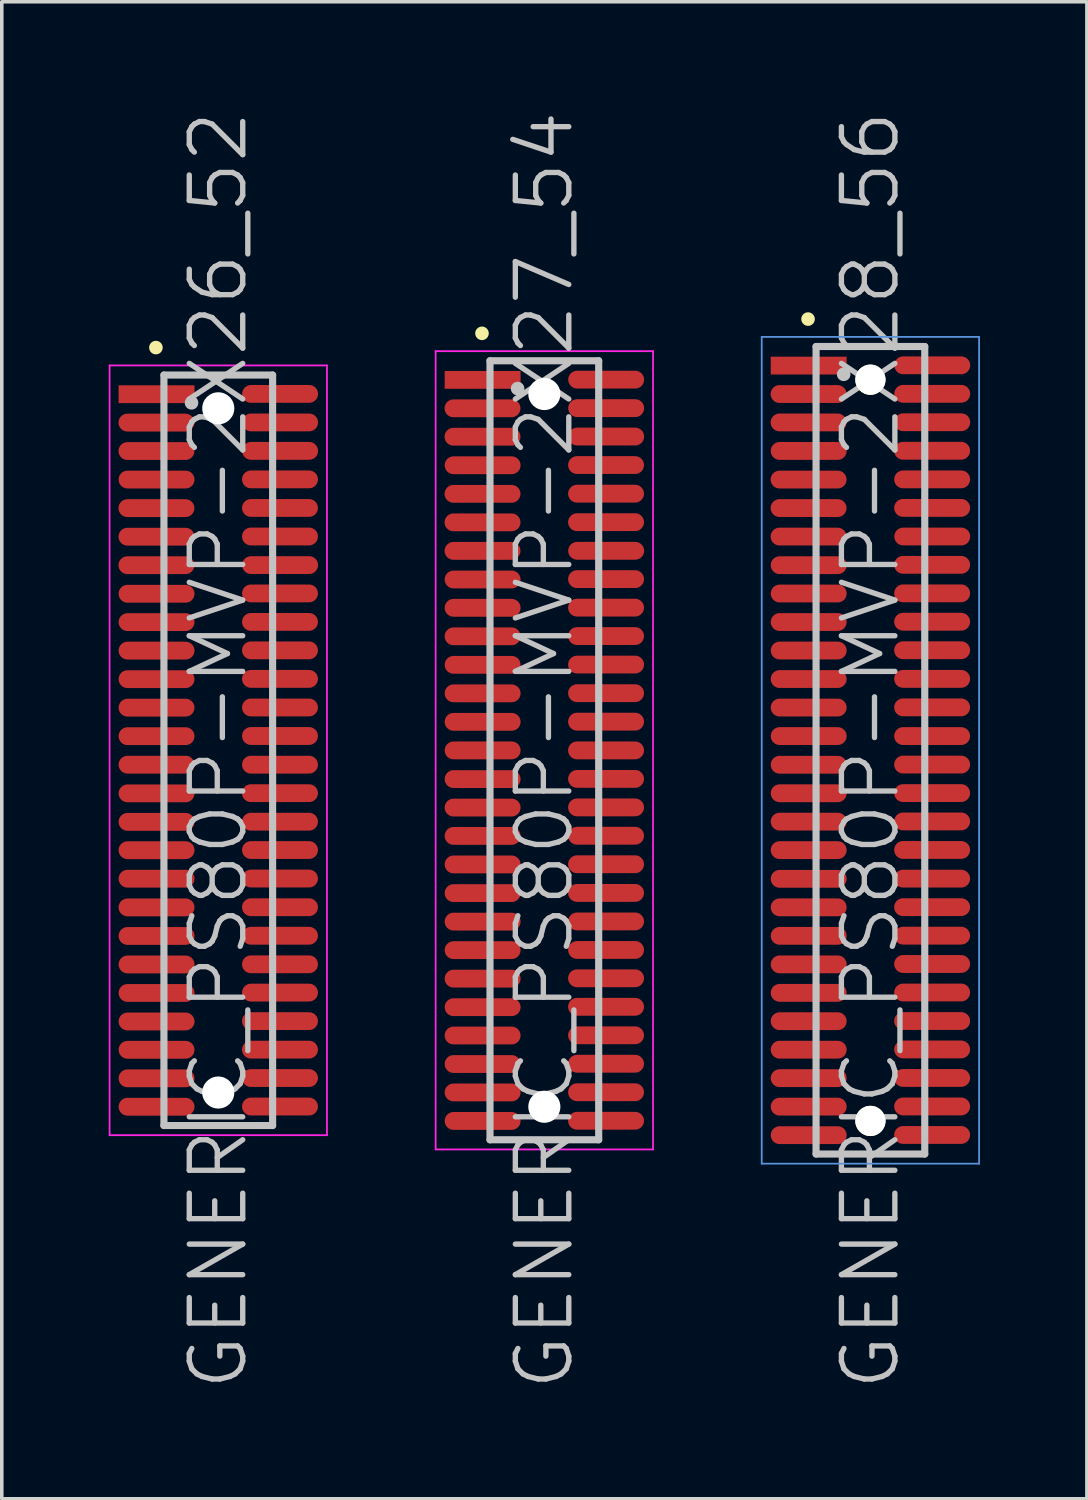
<source format=kicad_pcb>
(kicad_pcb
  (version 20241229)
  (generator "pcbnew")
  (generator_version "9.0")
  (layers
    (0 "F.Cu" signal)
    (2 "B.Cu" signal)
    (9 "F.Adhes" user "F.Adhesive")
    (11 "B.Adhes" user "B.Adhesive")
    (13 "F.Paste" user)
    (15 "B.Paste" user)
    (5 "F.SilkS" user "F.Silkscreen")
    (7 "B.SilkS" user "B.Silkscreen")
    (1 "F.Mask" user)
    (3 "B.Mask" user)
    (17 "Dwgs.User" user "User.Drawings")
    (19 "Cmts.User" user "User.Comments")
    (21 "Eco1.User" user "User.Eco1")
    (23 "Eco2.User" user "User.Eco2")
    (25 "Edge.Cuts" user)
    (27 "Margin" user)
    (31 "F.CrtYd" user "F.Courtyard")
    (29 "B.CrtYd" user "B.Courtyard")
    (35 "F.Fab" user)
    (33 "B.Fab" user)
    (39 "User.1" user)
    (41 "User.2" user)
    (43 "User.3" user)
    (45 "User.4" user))
  (footprint "GENERIC_PS80P-MVP-2X26_52"
    (layer "F.Cu")
    (at 3.075 18.004)
    (property "Reference" "GENERIC_PS80P-MVP-2X26_52" (at 0 0 90) (layer "Dwgs.User") (effects (font (size 1.5 1.5) (thickness 0.15))))
    (attr smd)
    (fp_line (start -1.75 -11.3) (end -1.75 -11.3) (stroke (width 0.381) (type solid)) (layer "F.SilkS"))
    (fp_line (start -1.525 -10.53) (end -1.525 10.53) (stroke (width 0.2) (type solid)) (layer "Dwgs.User"))
    (fp_line (start -1.525 -10.53) (end 1.525 -10.53) (stroke (width 0.2) (type solid)) (layer "Dwgs.User"))
    (fp_line (start -1.525 10.53) (end 1.525 10.53) (stroke (width 0.2) (type solid)) (layer "Dwgs.User"))
    (fp_line (start -0.75 -9.75) (end -0.75 -9.75) (stroke (width 0.381) (type solid)) (layer "Dwgs.User"))
    (fp_line (start 1.525 -10.53) (end 1.525 10.53) (stroke (width 0.2) (type solid)) (layer "Dwgs.User"))
    (fp_line (start -3.05 -10.8) (end -3.05 10.8) (stroke (width 0.05) (type solid)) (layer "F.CrtYd"))
    (fp_line (start -3.05 -10.8) (end 3.05 -10.8) (stroke (width 0.05) (type solid)) (layer "F.CrtYd"))
    (fp_line (start -3.05 10.8) (end 3.05 10.8) (stroke (width 0.05) (type solid)) (layer "F.CrtYd"))
    (fp_line (start 3.05 -10.8) (end 3.05 10.8) (stroke (width 0.05) (type solid)) (layer "F.CrtYd"))
    (pad "" np_thru_hole circle (at 0 -9.596 270) (size 0.9 0.9) (drill 0.9) (layers "*.Cu" "*.Mask"))
    (pad "" np_thru_hole circle (at 0 9.604 270) (size 0.9 0.9) (drill 0.9) (layers "*.Cu" "*.Mask"))
    (pad "1" smd rect (at -1.732 -9.992 270) (size 0.5 2.13) (layers "F.Cu" "F.Mask" "F.Paste"))
    (pad "2" smd oval (at 1.735 -10 270) (size 0.5 2.13) (layers "F.Cu" "F.Mask" "F.Paste"))
    (pad "3" smd oval (at -1.735 -9.195 270) (size 0.5 2.13) (layers "F.Cu" "F.Mask" "F.Paste"))
    (pad "4" smd oval (at 1.735 -9.2 270) (size 0.5 2.13) (layers "F.Cu" "F.Mask" "F.Paste"))
    (pad "5" smd oval (at -1.735 -8.397 270) (size 0.5 2.13) (layers "F.Cu" "F.Mask" "F.Paste"))
    (pad "6" smd oval (at 1.735 -8.402 270) (size 0.5 2.13) (layers "F.Cu" "F.Mask" "F.Paste"))
    (pad "7" smd oval (at -1.732 -7.597 270) (size 0.5 2.13) (layers "F.Cu" "F.Mask" "F.Paste"))
    (pad "8" smd oval (at 1.732 -7.602 270) (size 0.5 2.13) (layers "F.Cu" "F.Mask" "F.Paste"))
    (pad "9" smd oval (at -1.735 -6.795 270) (size 0.5 2.13) (layers "F.Cu" "F.Mask" "F.Paste"))
    (pad "10" smd oval (at 1.732 -6.8 270) (size 0.5 2.13) (layers "F.Cu" "F.Mask" "F.Paste"))
    (pad "11" smd oval (at -1.735 -5.994 270) (size 0.5 2.13) (layers "F.Cu" "F.Mask" "F.Paste"))
    (pad "12" smd oval (at 1.732 -5.999 270) (size 0.5 2.13) (layers "F.Cu" "F.Mask" "F.Paste"))
    (pad "13" smd oval (at -1.735 -5.194 270) (size 0.5 2.13) (layers "F.Cu" "F.Mask" "F.Paste"))
    (pad "14" smd oval (at 1.735 -5.197 270) (size 0.5 2.13) (layers "F.Cu" "F.Mask" "F.Paste"))
    (pad "15" smd oval (at -1.732 -4.392 270) (size 0.5 2.13) (layers "F.Cu" "F.Mask" "F.Paste"))
    (pad "16" smd oval (at 1.732 -4.402 270) (size 0.5 2.13) (layers "F.Cu" "F.Mask" "F.Paste"))
    (pad "17" smd oval (at -1.732 -3.597 270) (size 0.5 2.13) (layers "F.Cu" "F.Mask" "F.Paste"))
    (pad "18" smd oval (at 1.732 -3.602 270) (size 0.5 2.13) (layers "F.Cu" "F.Mask" "F.Paste"))
    (pad "19" smd oval (at -1.732 -2.797 270) (size 0.5 2.13) (layers "F.Cu" "F.Mask" "F.Paste"))
    (pad "20" smd oval (at 1.732 -2.804 270) (size 0.5 2.13) (layers "F.Cu" "F.Mask" "F.Paste"))
    (pad "21" smd oval (at -1.732 -1.996 270) (size 0.5 2.13) (layers "F.Cu" "F.Mask" "F.Paste"))
    (pad "22" smd oval (at 1.732 -2.004 270) (size 0.5 2.13) (layers "F.Cu" "F.Mask" "F.Paste"))
    (pad "23" smd oval (at -1.732 -1.196 270) (size 0.5 2.13) (layers "F.Cu" "F.Mask" "F.Paste"))
    (pad "24" smd oval (at 1.732 -1.201 270) (size 0.5 2.13) (layers "F.Cu" "F.Mask" "F.Paste"))
    (pad "25" smd oval (at -1.732 -0.396 270) (size 0.5 2.13) (layers "F.Cu" "F.Mask" "F.Paste"))
    (pad "26" smd oval (at 1.732 -0.401 270) (size 0.5 2.13) (layers "F.Cu" "F.Mask" "F.Paste"))
    (pad "27" smd oval (at -1.732 0.404 270) (size 0.5 2.13) (layers "F.Cu" "F.Mask" "F.Paste"))
    (pad "28" smd oval (at 1.732 0.404 270) (size 0.5 2.13) (layers "F.Cu" "F.Mask" "F.Paste"))
    (pad "29" smd oval (at -1.732 1.209 270) (size 0.5 2.13) (layers "F.Cu" "F.Mask" "F.Paste"))
    (pad "30" smd oval (at 1.732 1.204 270) (size 0.5 2.13) (layers "F.Cu" "F.Mask" "F.Paste"))
    (pad "31" smd oval (at -1.732 2.009 270) (size 0.5 2.13) (layers "F.Cu" "F.Mask" "F.Paste"))
    (pad "32" smd oval (at 1.732 2.004 270) (size 0.5 2.13) (layers "F.Cu" "F.Mask" "F.Paste"))
    (pad "33" smd oval (at -1.732 2.804 270) (size 0.5 2.13) (layers "F.Cu" "F.Mask" "F.Paste"))
    (pad "34" smd oval (at 1.732 2.799 270) (size 0.5 2.13) (layers "F.Cu" "F.Mask" "F.Paste"))
    (pad "35" smd oval (at -1.732 3.604 270) (size 0.5 2.13) (layers "F.Cu" "F.Mask" "F.Paste"))
    (pad "36" smd oval (at 1.732 3.599 270) (size 0.5 2.13) (layers "F.Cu" "F.Mask" "F.Paste"))
    (pad "37" smd oval (at -1.732 4.409 270) (size 0.5 2.13) (layers "F.Cu" "F.Mask" "F.Paste"))
    (pad "38" smd oval (at 1.732 4.404 270) (size 0.5 2.13) (layers "F.Cu" "F.Mask" "F.Paste"))
    (pad "39" smd oval (at -1.732 5.21 270) (size 0.5 2.13) (layers "F.Cu" "F.Mask" "F.Paste"))
    (pad "40" smd oval (at 1.732 5.204 270) (size 0.5 2.13) (layers "F.Cu" "F.Mask" "F.Paste"))
    (pad "41" smd oval (at -1.732 6.01 270) (size 0.5 2.13) (layers "F.Cu" "F.Mask" "F.Paste"))
    (pad "42" smd oval (at 1.732 6.005 270) (size 0.5 2.13) (layers "F.Cu" "F.Mask" "F.Paste"))
    (pad "43" smd oval (at -1.732 6.81 270) (size 0.5 2.13) (layers "F.Cu" "F.Mask" "F.Paste"))
    (pad "44" smd oval (at 1.732 6.8 270) (size 0.5 2.13) (layers "F.Cu" "F.Mask" "F.Paste"))
    (pad "45" smd oval (at -1.732 7.61 270) (size 0.5 2.13) (layers "F.Cu" "F.Mask" "F.Paste"))
    (pad "46" smd oval (at 1.732 7.6 270) (size 0.5 2.13) (layers "F.Cu" "F.Mask" "F.Paste"))
    (pad "47" smd oval (at -1.732 8.405 270) (size 0.5 2.13) (layers "F.Cu" "F.Mask" "F.Paste"))
    (pad "48" smd oval (at 1.732 8.4 270) (size 0.5 2.13) (layers "F.Cu" "F.Mask" "F.Paste"))
    (pad "49" smd oval (at -1.732 9.205 270) (size 0.5 2.13) (layers "F.Cu" "F.Mask" "F.Paste"))
    (pad "50" smd oval (at 1.732 9.197 270) (size 0.5 2.13) (layers "F.Cu" "F.Mask" "F.Paste"))
    (pad "51" smd oval (at -1.732 10.003 270) (size 0.5 2.13) (layers "F.Cu" "F.Mask" "F.Paste"))
    (pad "52" smd oval (at 1.732 9.997 270) (size 0.5 2.13) (layers "F.Cu" "F.Mask" "F.Paste")))
  (footprint "GENERIC_PS80P-MVP-2X28_56"
    (layer "F.Cu")
    (at 21.375 18.004)
    (property "Reference" "GENERIC_PS80P-MVP-2X28_56" (at 0 0 90) (layer "Dwgs.User") (effects (font (size 1.5 1.5) (thickness 0.15))))
    (attr smd)
    (fp_line (start -1.75 -12.1) (end -1.75 -12.1) (stroke (width 0.381) (type solid)) (layer "F.SilkS"))
    (fp_line (start -1.525 -11.33) (end -1.525 11.33) (stroke (width 0.2) (type solid)) (layer "Dwgs.User"))
    (fp_line (start -1.525 -11.33) (end 1.525 -11.33) (stroke (width 0.2) (type solid)) (layer "Dwgs.User"))
    (fp_line (start -1.525 11.33) (end 1.525 11.33) (stroke (width 0.2) (type solid)) (layer "Dwgs.User"))
    (fp_line (start -0.75 -10.55) (end -0.75 -10.55) (stroke (width 0.381) (type solid)) (layer "Dwgs.User"))
    (fp_line (start 1.525 -11.33) (end 1.525 11.33) (stroke (width 0.2) (type solid)) (layer "Dwgs.User"))
    (fp_line (start -3.05 -11.6) (end -3.05 11.6) (stroke (width 0.05) (type solid)) (layer "Cmts.User"))
    (fp_line (start -3.05 -11.6) (end 3.05 -11.6) (stroke (width 0.05) (type solid)) (layer "Cmts.User"))
    (fp_line (start -3.05 11.6) (end 3.05 11.6) (stroke (width 0.05) (type solid)) (layer "Cmts.User"))
    (fp_line (start 3.05 -11.6) (end 3.05 11.6) (stroke (width 0.05) (type solid)) (layer "Cmts.User"))
    (pad "" np_thru_hole circle (at 0 -10.399 270) (size 0.848 0.848) (drill 0.848) (layers "*.Cu" "*.Mask" "F.SilkS"))
    (pad "" np_thru_hole circle (at 0 10.401 270) (size 0.848 0.848) (drill 0.848) (layers "*.Cu" "*.Mask" "F.SilkS"))
    (pad "1" smd rect (at -1.732 -10.795 270) (size 0.5 2.13) (layers "F.Cu" "F.Mask" "F.Paste"))
    (pad "2" smd oval (at 1.735 -10.803 270) (size 0.5 2.13) (layers "F.Cu" "F.Mask" "F.Paste"))
    (pad "3" smd oval (at -1.735 -9.997 270) (size 0.5 2.13) (layers "F.Cu" "F.Mask" "F.Paste"))
    (pad "4" smd oval (at 1.735 -10.003 270) (size 0.5 2.13) (layers "F.Cu" "F.Mask" "F.Paste"))
    (pad "5" smd oval (at -1.735 -9.2 270) (size 0.5 2.13) (layers "F.Cu" "F.Mask" "F.Paste"))
    (pad "6" smd oval (at 1.735 -9.205 270) (size 0.5 2.13) (layers "F.Cu" "F.Mask" "F.Paste"))
    (pad "7" smd oval (at -1.732 -8.4 270) (size 0.5 2.13) (layers "F.Cu" "F.Mask" "F.Paste"))
    (pad "8" smd oval (at 1.732 -8.405 270) (size 0.5 2.13) (layers "F.Cu" "F.Mask" "F.Paste"))
    (pad "9" smd oval (at -1.735 -7.597 270) (size 0.5 2.13) (layers "F.Cu" "F.Mask" "F.Paste"))
    (pad "10" smd oval (at 1.732 -7.602 270) (size 0.5 2.13) (layers "F.Cu" "F.Mask" "F.Paste"))
    (pad "11" smd oval (at -1.735 -6.797 270) (size 0.5 2.13) (layers "F.Cu" "F.Mask" "F.Paste"))
    (pad "12" smd oval (at 1.732 -6.802 270) (size 0.5 2.13) (layers "F.Cu" "F.Mask" "F.Paste"))
    (pad "13" smd oval (at -1.735 -5.997 270) (size 0.5 2.13) (layers "F.Cu" "F.Mask" "F.Paste"))
    (pad "14" smd oval (at 1.735 -5.999 270) (size 0.5 2.13) (layers "F.Cu" "F.Mask" "F.Paste"))
    (pad "15" smd oval (at -1.732 -5.194 270) (size 0.5 2.13) (layers "F.Cu" "F.Mask" "F.Paste"))
    (pad "16" smd oval (at 1.732 -5.204 270) (size 0.5 2.13) (layers "F.Cu" "F.Mask" "F.Paste"))
    (pad "17" smd oval (at -1.732 -4.399 270) (size 0.5 2.13) (layers "F.Cu" "F.Mask" "F.Paste"))
    (pad "18" smd oval (at 1.732 -4.404 270) (size 0.5 2.13) (layers "F.Cu" "F.Mask" "F.Paste"))
    (pad "19" smd oval (at -1.732 -3.599 270) (size 0.5 2.13) (layers "F.Cu" "F.Mask" "F.Paste"))
    (pad "20" smd oval (at 1.732 -3.607 270) (size 0.5 2.13) (layers "F.Cu" "F.Mask" "F.Paste"))
    (pad "21" smd oval (at -1.732 -2.799 270) (size 0.5 2.13) (layers "F.Cu" "F.Mask" "F.Paste"))
    (pad "22" smd oval (at 1.732 -2.807 270) (size 0.5 2.13) (layers "F.Cu" "F.Mask" "F.Paste"))
    (pad "23" smd oval (at -1.732 -1.999 270) (size 0.5 2.13) (layers "F.Cu" "F.Mask" "F.Paste"))
    (pad "24" smd oval (at 1.732 -2.004 270) (size 0.5 2.13) (layers "F.Cu" "F.Mask" "F.Paste"))
    (pad "25" smd oval (at -1.732 -1.199 270) (size 0.5 2.13) (layers "F.Cu" "F.Mask" "F.Paste"))
    (pad "26" smd oval (at 1.732 -1.204 270) (size 0.5 2.13) (layers "F.Cu" "F.Mask" "F.Paste"))
    (pad "27" smd oval (at -1.732 -0.399 270) (size 0.5 2.13) (layers "F.Cu" "F.Mask" "F.Paste"))
    (pad "28" smd oval (at 1.732 -0.399 270) (size 0.5 2.13) (layers "F.Cu" "F.Mask" "F.Paste"))
    (pad "29" smd oval (at -1.732 0.406 270) (size 0.5 2.13) (layers "F.Cu" "F.Mask" "F.Paste"))
    (pad "30" smd oval (at 1.732 0.401 270) (size 0.5 2.13) (layers "F.Cu" "F.Mask" "F.Paste"))
    (pad "31" smd oval (at -1.732 1.206 270) (size 0.5 2.13) (layers "F.Cu" "F.Mask" "F.Paste"))
    (pad "32" smd oval (at 1.732 1.201 270) (size 0.5 2.13) (layers "F.Cu" "F.Mask" "F.Paste"))
    (pad "33" smd oval (at -1.732 2.002 270) (size 0.5 2.13) (layers "F.Cu" "F.Mask" "F.Paste"))
    (pad "34" smd oval (at 1.732 1.996 270) (size 0.5 2.13) (layers "F.Cu" "F.Mask" "F.Paste"))
    (pad "35" smd oval (at -1.732 2.802 270) (size 0.5 2.13) (layers "F.Cu" "F.Mask" "F.Paste"))
    (pad "36" smd oval (at 1.732 2.797 270) (size 0.5 2.13) (layers "F.Cu" "F.Mask" "F.Paste"))
    (pad "37" smd oval (at -1.732 3.607 270) (size 0.5 2.13) (layers "F.Cu" "F.Mask" "F.Paste"))
    (pad "38" smd oval (at 1.732 3.602 270) (size 0.5 2.13) (layers "F.Cu" "F.Mask" "F.Paste"))
    (pad "39" smd oval (at -1.732 4.407 270) (size 0.5 2.13) (layers "F.Cu" "F.Mask" "F.Paste"))
    (pad "40" smd oval (at 1.732 4.402 270) (size 0.5 2.13) (layers "F.Cu" "F.Mask" "F.Paste"))
    (pad "41" smd oval (at -1.732 5.207 270) (size 0.5 2.13) (layers "F.Cu" "F.Mask" "F.Paste"))
    (pad "42" smd oval (at 1.732 5.202 270) (size 0.5 2.13) (layers "F.Cu" "F.Mask" "F.Paste"))
    (pad "43" smd oval (at -1.732 6.007 270) (size 0.5 2.13) (layers "F.Cu" "F.Mask" "F.Paste"))
    (pad "44" smd oval (at 1.732 5.997 270) (size 0.5 2.13) (layers "F.Cu" "F.Mask" "F.Paste"))
    (pad "45" smd oval (at -1.732 6.807 270) (size 0.5 2.13) (layers "F.Cu" "F.Mask" "F.Paste"))
    (pad "46" smd oval (at 1.732 6.797 270) (size 0.5 2.13) (layers "F.Cu" "F.Mask" "F.Paste"))
    (pad "47" smd oval (at -1.732 7.602 270) (size 0.5 2.13) (layers "F.Cu" "F.Mask" "F.Paste"))
    (pad "48" smd oval (at 1.732 7.597 270) (size 0.5 2.13) (layers "F.Cu" "F.Mask" "F.Paste"))
    (pad "49" smd oval (at -1.732 8.402 270) (size 0.5 2.13) (layers "F.Cu" "F.Mask" "F.Paste"))
    (pad "50" smd oval (at 1.732 8.395 270) (size 0.5 2.13) (layers "F.Cu" "F.Mask" "F.Paste"))
    (pad "51" smd oval (at -1.732 9.2 270) (size 0.5 2.13) (layers "F.Cu" "F.Mask" "F.Paste"))
    (pad "52" smd oval (at 1.732 9.195 270) (size 0.5 2.13) (layers "F.Cu" "F.Mask" "F.Paste"))
    (pad "53" smd oval (at -1.732 10 270) (size 0.5 2.13) (layers "F.Cu" "F.Mask" "F.Paste"))
    (pad "54" smd oval (at 1.732 9.995 270) (size 0.5 2.13) (layers "F.Cu" "F.Mask" "F.Paste"))
    (pad "55" smd oval (at -1.732 10.8 270) (size 0.5 2.13) (layers "F.Cu" "F.Mask" "F.Paste"))
    (pad "56" smd oval (at 1.732 10.795 270) (size 0.5 2.13) (layers "F.Cu" "F.Mask" "F.Paste")))
  (footprint "GENERIC_PS80P-MVP-2X27_54"
    (layer "F.Cu")
    (at 12.225 18.004)
    (property "Reference" "GENERIC_PS80P-MVP-2X27_54" (at 0 0 90) (layer "Dwgs.User") (effects (font (size 1.5 1.5) (thickness 0.15))))
    (attr smd)
    (fp_line (start -1.75 -11.7) (end -1.75 -11.7) (stroke (width 0.381) (type solid)) (layer "F.SilkS"))
    (fp_line (start -1.525 -10.93) (end -1.525 10.93) (stroke (width 0.2) (type solid)) (layer "Dwgs.User"))
    (fp_line (start -1.525 -10.93) (end 1.525 -10.93) (stroke (width 0.2) (type solid)) (layer "Dwgs.User"))
    (fp_line (start -1.525 10.93) (end 1.525 10.93) (stroke (width 0.2) (type solid)) (layer "Dwgs.User"))
    (fp_line (start -0.75 -10.15) (end -0.75 -10.15) (stroke (width 0.381) (type solid)) (layer "Dwgs.User"))
    (fp_line (start 1.525 -10.93) (end 1.525 10.93) (stroke (width 0.2) (type solid)) (layer "Dwgs.User"))
    (fp_line (start -3.05 -11.2) (end -3.05 11.2) (stroke (width 0.05) (type solid)) (layer "F.CrtYd"))
    (fp_line (start -3.05 -11.2) (end 3.05 -11.2) (stroke (width 0.05) (type solid)) (layer "F.CrtYd"))
    (fp_line (start -3.05 11.2) (end 3.05 11.2) (stroke (width 0.05) (type solid)) (layer "F.CrtYd"))
    (fp_line (start 3.05 -11.2) (end 3.05 11.2) (stroke (width 0.05) (type solid)) (layer "F.CrtYd"))
    (pad "" np_thru_hole circle (at 0 -9.997 270) (size 0.9 0.9) (drill 0.9) (layers "*.Cu" "*.Mask"))
    (pad "" np_thru_hole circle (at 0 10.003 270) (size 0.9 0.9) (drill 0.9) (layers "*.Cu" "*.Mask"))
    (pad "1" smd rect (at -1.732 -10.394 270) (size 0.5 2.13) (layers "F.Cu" "F.Mask" "F.Paste"))
    (pad "2" smd oval (at 1.735 -10.401 270) (size 0.5 2.13) (layers "F.Cu" "F.Mask" "F.Paste"))
    (pad "3" smd oval (at -1.735 -9.596 270) (size 0.5 2.13) (layers "F.Cu" "F.Mask" "F.Paste"))
    (pad "4" smd oval (at 1.735 -9.601 270) (size 0.5 2.13) (layers "F.Cu" "F.Mask" "F.Paste"))
    (pad "5" smd oval (at -1.735 -8.799 270) (size 0.5 2.13) (layers "F.Cu" "F.Mask" "F.Paste"))
    (pad "6" smd oval (at 1.735 -8.804 270) (size 0.5 2.13) (layers "F.Cu" "F.Mask" "F.Paste"))
    (pad "7" smd oval (at -1.732 -7.998 270) (size 0.5 2.13) (layers "F.Cu" "F.Mask" "F.Paste"))
    (pad "8" smd oval (at 1.732 -8.004 270) (size 0.5 2.13) (layers "F.Cu" "F.Mask" "F.Paste"))
    (pad "9" smd oval (at -1.735 -7.196 270) (size 0.5 2.13) (layers "F.Cu" "F.Mask" "F.Paste"))
    (pad "10" smd oval (at 1.732 -7.201 270) (size 0.5 2.13) (layers "F.Cu" "F.Mask" "F.Paste"))
    (pad "11" smd oval (at -1.735 -6.396 270) (size 0.5 2.13) (layers "F.Cu" "F.Mask" "F.Paste"))
    (pad "12" smd oval (at 1.732 -6.401 270) (size 0.5 2.13) (layers "F.Cu" "F.Mask" "F.Paste"))
    (pad "13" smd oval (at -1.735 -5.596 270) (size 0.5 2.13) (layers "F.Cu" "F.Mask" "F.Paste"))
    (pad "14" smd oval (at 1.735 -5.598 270) (size 0.5 2.13) (layers "F.Cu" "F.Mask" "F.Paste"))
    (pad "15" smd oval (at -1.732 -4.793 270) (size 0.5 2.13) (layers "F.Cu" "F.Mask" "F.Paste"))
    (pad "16" smd oval (at 1.732 -4.803 270) (size 0.5 2.13) (layers "F.Cu" "F.Mask" "F.Paste"))
    (pad "17" smd oval (at -1.732 -3.998 270) (size 0.5 2.13) (layers "F.Cu" "F.Mask" "F.Paste"))
    (pad "18" smd oval (at 1.732 -4.003 270) (size 0.5 2.13) (layers "F.Cu" "F.Mask" "F.Paste"))
    (pad "19" smd oval (at -1.732 -3.198 270) (size 0.5 2.13) (layers "F.Cu" "F.Mask" "F.Paste"))
    (pad "20" smd oval (at 1.732 -3.205 270) (size 0.5 2.13) (layers "F.Cu" "F.Mask" "F.Paste"))
    (pad "21" smd oval (at -1.732 -2.398 270) (size 0.5 2.13) (layers "F.Cu" "F.Mask" "F.Paste"))
    (pad "22" smd oval (at 1.732 -2.405 270) (size 0.5 2.13) (layers "F.Cu" "F.Mask" "F.Paste"))
    (pad "23" smd oval (at -1.732 -1.598 270) (size 0.5 2.13) (layers "F.Cu" "F.Mask" "F.Paste"))
    (pad "24" smd oval (at 1.732 -1.603 270) (size 0.5 2.13) (layers "F.Cu" "F.Mask" "F.Paste"))
    (pad "25" smd oval (at -1.732 -0.798 270) (size 0.5 2.13) (layers "F.Cu" "F.Mask" "F.Paste"))
    (pad "26" smd oval (at 1.732 -0.803 270) (size 0.5 2.13) (layers "F.Cu" "F.Mask" "F.Paste"))
    (pad "27" smd oval (at -1.732 0.003 270) (size 0.5 2.13) (layers "F.Cu" "F.Mask" "F.Paste"))
    (pad "28" smd oval (at 1.732 0.003 270) (size 0.5 2.13) (layers "F.Cu" "F.Mask" "F.Paste"))
    (pad "29" smd oval (at -1.732 0.808 270) (size 0.5 2.13) (layers "F.Cu" "F.Mask" "F.Paste"))
    (pad "30" smd oval (at 1.732 0.803 270) (size 0.5 2.13) (layers "F.Cu" "F.Mask" "F.Paste"))
    (pad "31" smd oval (at -1.732 1.608 270) (size 0.5 2.13) (layers "F.Cu" "F.Mask" "F.Paste"))
    (pad "32" smd oval (at 1.732 1.603 270) (size 0.5 2.13) (layers "F.Cu" "F.Mask" "F.Paste"))
    (pad "33" smd oval (at -1.732 2.403 270) (size 0.5 2.13) (layers "F.Cu" "F.Mask" "F.Paste"))
    (pad "34" smd oval (at 1.732 2.398 270) (size 0.5 2.13) (layers "F.Cu" "F.Mask" "F.Paste"))
    (pad "35" smd oval (at -1.732 3.203 270) (size 0.5 2.13) (layers "F.Cu" "F.Mask" "F.Paste"))
    (pad "36" smd oval (at 1.732 3.198 270) (size 0.5 2.13) (layers "F.Cu" "F.Mask" "F.Paste"))
    (pad "37" smd oval (at -1.732 4.008 270) (size 0.5 2.13) (layers "F.Cu" "F.Mask" "F.Paste"))
    (pad "38" smd oval (at 1.732 4.003 270) (size 0.5 2.13) (layers "F.Cu" "F.Mask" "F.Paste"))
    (pad "39" smd oval (at -1.732 4.808 270) (size 0.5 2.13) (layers "F.Cu" "F.Mask" "F.Paste"))
    (pad "40" smd oval (at 1.732 4.803 270) (size 0.5 2.13) (layers "F.Cu" "F.Mask" "F.Paste"))
    (pad "41" smd oval (at -1.732 5.608 270) (size 0.5 2.13) (layers "F.Cu" "F.Mask" "F.Paste"))
    (pad "42" smd oval (at 1.732 5.603 270) (size 0.5 2.13) (layers "F.Cu" "F.Mask" "F.Paste"))
    (pad "43" smd oval (at -1.732 6.408 270) (size 0.5 2.13) (layers "F.Cu" "F.Mask" "F.Paste"))
    (pad "44" smd oval (at 1.732 6.398 270) (size 0.5 2.13) (layers "F.Cu" "F.Mask" "F.Paste"))
    (pad "45" smd oval (at -1.732 7.209 270) (size 0.5 2.13) (layers "F.Cu" "F.Mask" "F.Paste"))
    (pad "46" smd oval (at 1.732 7.198 270) (size 0.5 2.13) (layers "F.Cu" "F.Mask" "F.Paste"))
    (pad "47" smd oval (at -1.732 8.004 270) (size 0.5 2.13) (layers "F.Cu" "F.Mask" "F.Paste"))
    (pad "48" smd oval (at 1.732 7.998 270) (size 0.5 2.13) (layers "F.Cu" "F.Mask" "F.Paste"))
    (pad "49" smd oval (at -1.732 8.804 270) (size 0.5 2.13) (layers "F.Cu" "F.Mask" "F.Paste"))
    (pad "50" smd oval (at 1.732 8.796 270) (size 0.5 2.13) (layers "F.Cu" "F.Mask" "F.Paste"))
    (pad "51" smd oval (at -1.732 9.601 270) (size 0.5 2.13) (layers "F.Cu" "F.Mask" "F.Paste"))
    (pad "52" smd oval (at 1.732 9.596 270) (size 0.5 2.13) (layers "F.Cu" "F.Mask" "F.Paste"))
    (pad "53" smd oval (at -1.732 10.401 270) (size 0.5 2.13) (layers "F.Cu" "F.Mask" "F.Paste"))
    (pad "54" smd oval (at 1.732 10.396 270) (size 0.5 2.13) (layers "F.Cu" "F.Mask" "F.Paste")))
  (gr_rect
    (start -3 -3)
    (end 27.45 39.007)
    (stroke (width 0.1) (type default))
    (fill no)
    (layer "Edge.Cuts")))
</source>
